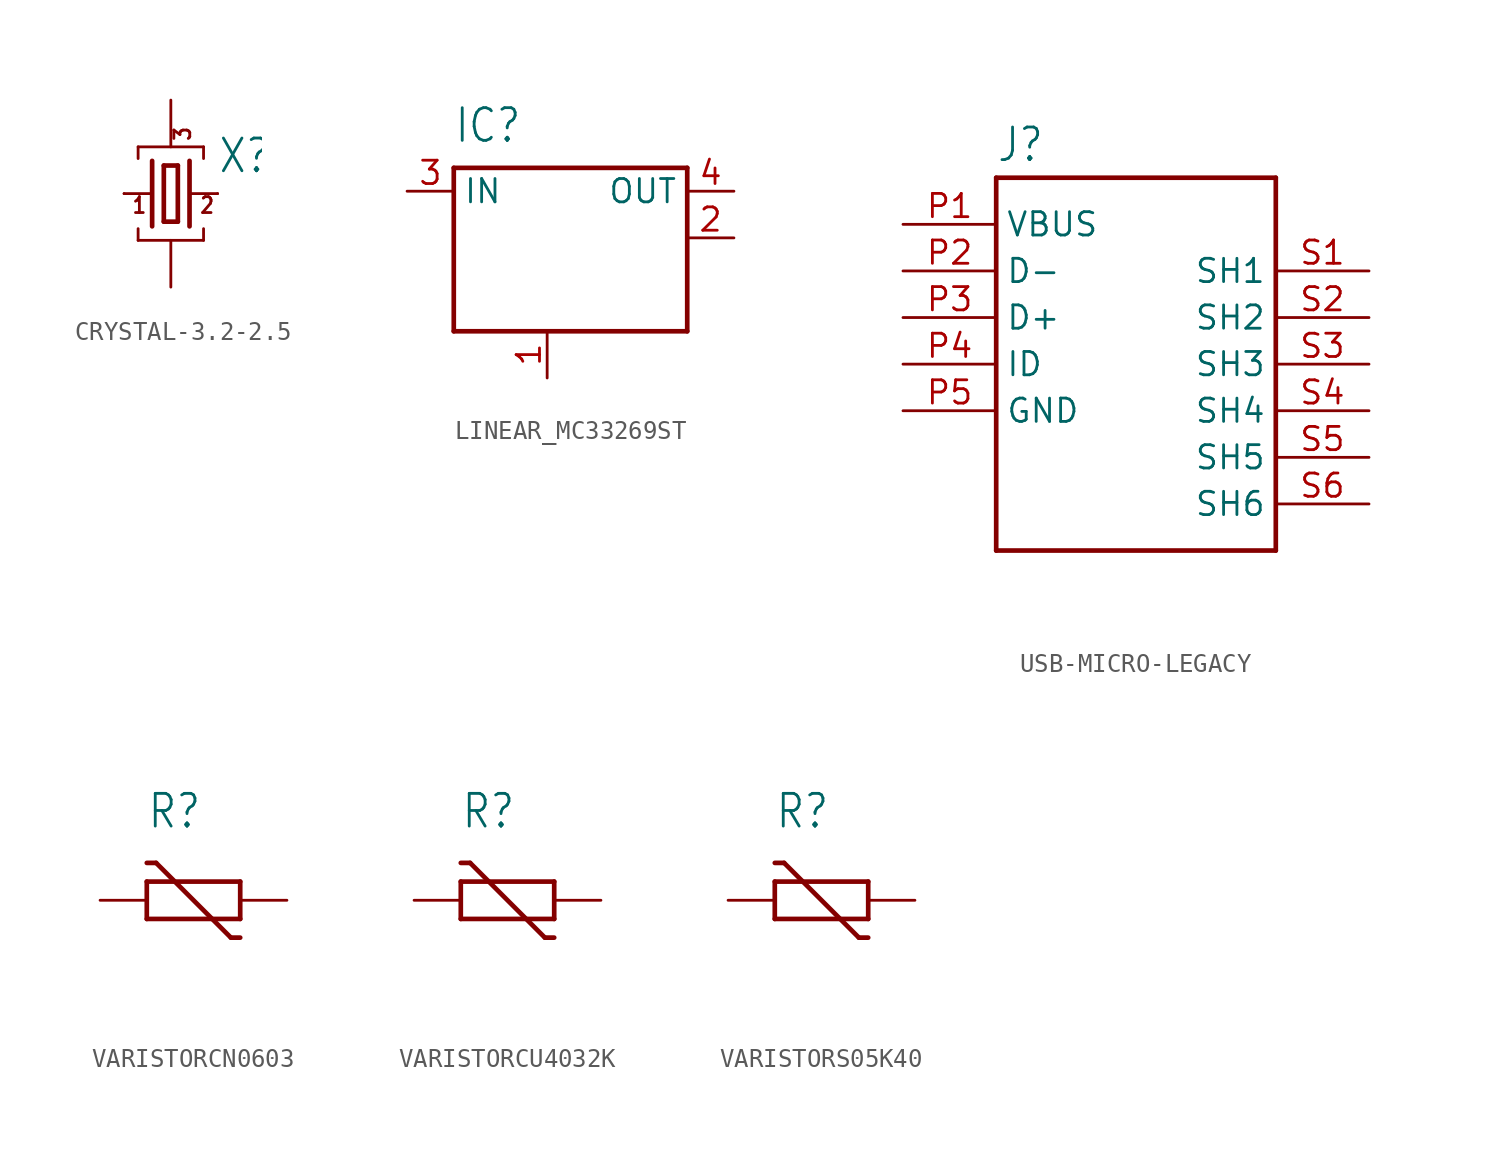
<source format=kicad_sym>
(kicad_symbol_lib
  (version 20220914)
  (generator kicad_symbol_editor)
  (symbol "CRYSTAL-3.2-2.5"
    (property "Reference" "X"
      (at 2.54 1.016 0)
      (effects (font (size 1.778 1.511)) (justify left bottom)))
    (property "Value" ""
      (at 2.54 -2.54 0)
      (effects (font (size 1.778 1.511)) (justify left bottom)))
    (property "ki_locked" ""
      (at 0 0 0)
      (effects (font (size 1.27 1.27))))
    (symbol "CRYSTAL-3.2-2.5_1_0"
      (polyline (pts (xy -2.54 0) (xy -1.016 0)) (stroke (width 0.152) (type solid)) (fill (type none)))
      (polyline (pts (xy -1.778 -2.54) (xy -1.778 -1.905)) (stroke (width 0.152) (type solid)) (fill (type none)))
      (polyline (pts (xy -1.778 -2.54) (xy 1.778 -2.54)) (stroke (width 0.152) (type solid)) (fill (type none)))
      (polyline (pts (xy -1.778 1.905) (xy -1.778 2.54)) (stroke (width 0.152) (type solid)) (fill (type none)))
      (polyline (pts (xy -1.778 2.54) (xy 1.778 2.54)) (stroke (width 0.152) (type solid)) (fill (type none)))
      (polyline (pts (xy -1.016 1.778) (xy -1.016 -1.778)) (stroke (width 0.254) (type solid)) (fill (type none)))
      (polyline (pts (xy -0.381 -1.524) (xy 0.381 -1.524)) (stroke (width 0.254) (type solid)) (fill (type none)))
      (polyline (pts (xy -0.381 1.524) (xy -0.381 -1.524)) (stroke (width 0.254) (type solid)) (fill (type none)))
      (polyline (pts (xy 0.381 -1.524) (xy 0.381 1.524)) (stroke (width 0.254) (type solid)) (fill (type none)))
      (polyline (pts (xy 0.381 1.524) (xy -0.381 1.524)) (stroke (width 0.254) (type solid)) (fill (type none)))
      (polyline (pts (xy 1.016 0) (xy 2.54 0)) (stroke (width 0.152) (type solid)) (fill (type none)))
      (polyline (pts (xy 1.016 1.778) (xy 1.016 -1.778)) (stroke (width 0.254) (type solid)) (fill (type none)))
      (polyline (pts (xy 1.778 -1.905) (xy 1.778 -2.54)) (stroke (width 0.152) (type solid)) (fill (type none)))
      (polyline (pts (xy 1.778 2.54) (xy 1.778 1.905)) (stroke (width 0.152) (type solid)) (fill (type none)))
      (text "1" (at -2.159 -1.143 0) (effects (font (size 0.864 0.734)) (justify left bottom)))
      (text "2" (at 1.524 -1.143 0) (effects (font (size 0.864 0.734)) (justify left bottom)))
      (text "3" (at 1.143 2.794 900) (effects (font (size 0.864 0.734)) (justify left bottom)))
      (pin passive line (at -2.54 0 0) (length 0) (name "C1" (effects (font (size 0 0)))) (number "1" (effects (font (size 0 0)))))
      (pin passive line (at 0 -5.08 90) (length 2.54) (name "GND@1" (effects (font (size 0 0)))) (number "2" (effects (font (size 0 0)))))
      (pin passive line (at 2.54 0 180) (length 0) (name "C2" (effects (font (size 0 0)))) (number "3" (effects (font (size 0 0)))))
      (pin passive line (at 0 5.08 270) (length 2.54) (name "GND@2" (effects (font (size 0 0)))) (number "4" (effects (font (size 0 0)))))))
  (symbol "LINEAR_MC33269ST"
    (property "Reference" "IC"
      (at -5.08 7.62 0)
      (effects (font (size 1.778 1.511)) (justify left bottom)))
    (property "Value" ""
      (at 3.81 -5.08 0)
      (effects (font (size 1.778 1.511)) (justify left bottom)))
    (property "ki_locked" ""
      (at 0 0 0)
      (effects (font (size 1.27 1.27))))
    (symbol "LINEAR_MC33269ST_1_0"
      (polyline (pts (xy -5.08 -2.54) (xy -5.08 6.35)) (stroke (width 0.254) (type solid)) (fill (type none)))
      (polyline (pts (xy -5.08 6.35) (xy 7.62 6.35)) (stroke (width 0.254) (type solid)) (fill (type none)))
      (polyline (pts (xy 7.62 -2.54) (xy -5.08 -2.54)) (stroke (width 0.254) (type solid)) (fill (type none)))
      (polyline (pts (xy 7.62 6.35) (xy 7.62 -2.54)) (stroke (width 0.254) (type solid)) (fill (type none)))
      (pin input line (at 0 -5.08 90) (length 2.54) (name "GND/ADJ" (effects (font (size 0 0)))) (number "1" (effects (font (size 1.27 1.27)))))
      (pin passive line (at 10.16 2.54 180) (length 2.54) (name "OUT@1" (effects (font (size 0 0)))) (number "2" (effects (font (size 1.27 1.27)))))
      (pin input line (at -7.62 5.08 0) (length 2.54) (name "IN" (effects (font (size 1.27 1.27)))) (number "3" (effects (font (size 1.27 1.27)))))
      (pin passive line (at 10.16 5.08 180) (length 2.54) (name "OUT" (effects (font (size 1.27 1.27)))) (number "4" (effects (font (size 1.27 1.27)))))))
  (symbol "USB-MICRO-LEGACY"
    (property "Reference" "J"
      (at -7.62 8.382 0)
      (effects (font (size 1.778 1.511)) (justify left bottom)))
    (property "Value" ""
      (at -7.62 -15.24 0)
      (effects (font (size 1.778 1.511)) (justify left bottom)))
    (property "ki_locked" ""
      (at 0 0 0)
      (effects (font (size 1.27 1.27))))
    (symbol "USB-MICRO-LEGACY_1_0"
      (polyline (pts (xy -7.62 -12.7) (xy 7.62 -12.7)) (stroke (width 0.254) (type solid)) (fill (type none)))
      (polyline (pts (xy -7.62 7.62) (xy -7.62 -12.7)) (stroke (width 0.254) (type solid)) (fill (type none)))
      (polyline (pts (xy 7.62 -12.7) (xy 7.62 7.62)) (stroke (width 0.254) (type solid)) (fill (type none)))
      (polyline (pts (xy 7.62 7.62) (xy -7.62 7.62)) (stroke (width 0.254) (type solid)) (fill (type none)))
      (pin power_in line (at -12.7 5.08 0) (length 5.08) (name "VBUS" (effects (font (size 1.27 1.27)))) (number "P1" (effects (font (size 1.27 1.27)))))
      (pin bidirectional line (at -12.7 2.54 0) (length 5.08) (name "D-" (effects (font (size 1.27 1.27)))) (number "P2" (effects (font (size 1.27 1.27)))))
      (pin bidirectional line (at -12.7 0 0) (length 5.08) (name "D+" (effects (font (size 1.27 1.27)))) (number "P3" (effects (font (size 1.27 1.27)))))
      (pin bidirectional line (at -12.7 -2.54 0) (length 5.08) (name "ID" (effects (font (size 1.27 1.27)))) (number "P4" (effects (font (size 1.27 1.27)))))
      (pin passive line (at -12.7 -5.08 0) (length 5.08) (name "GND" (effects (font (size 1.27 1.27)))) (number "P5" (effects (font (size 1.27 1.27)))))
      (pin passive line (at 12.7 2.54 180) (length 5.08) (name "SH1" (effects (font (size 1.27 1.27)))) (number "S1" (effects (font (size 1.27 1.27)))))
      (pin passive line (at 12.7 0 180) (length 5.08) (name "SH2" (effects (font (size 1.27 1.27)))) (number "S2" (effects (font (size 1.27 1.27)))))
      (pin passive line (at 12.7 -2.54 180) (length 5.08) (name "SH3" (effects (font (size 1.27 1.27)))) (number "S3" (effects (font (size 1.27 1.27)))))
      (pin passive line (at 12.7 -5.08 180) (length 5.08) (name "SH4" (effects (font (size 1.27 1.27)))) (number "S4" (effects (font (size 1.27 1.27)))))
      (pin passive line (at 12.7 -7.62 180) (length 5.08) (name "SH5" (effects (font (size 1.27 1.27)))) (number "S5" (effects (font (size 1.27 1.27)))))
      (pin passive line (at 12.7 -10.16 180) (length 5.08) (name "SH6" (effects (font (size 1.27 1.27)))) (number "S6" (effects (font (size 1.27 1.27)))))))
  (symbol "VARISTORCN0603"
    (property "Reference" "R"
      (at -2.54 3.81 0)
      (effects (font (size 1.778 1.511)) (justify left bottom)))
    (property "Value" ""
      (at -2.54 -6.35 0)
      (effects (font (size 1.778 1.511)) (justify left bottom)))
    (property "ki_locked" ""
      (at 0 0 0)
      (effects (font (size 1.27 1.27))))
    (symbol "VARISTORCN0603_1_0"
      (polyline (pts (xy -2.54 -1.016) (xy -2.54 1.016)) (stroke (width 0.254) (type solid)) (fill (type none)))
      (polyline (pts (xy -2.54 1.016) (xy 2.54 1.016)) (stroke (width 0.254) (type solid)) (fill (type none)))
      (polyline (pts (xy -2.032 2.032) (xy -2.54 2.032)) (stroke (width 0.254) (type solid)) (fill (type none)))
      (polyline (pts (xy 2.032 -2.032) (xy -2.032 2.032)) (stroke (width 0.254) (type solid)) (fill (type none)))
      (polyline (pts (xy 2.54 -2.032) (xy 2.032 -2.032)) (stroke (width 0.254) (type solid)) (fill (type none)))
      (polyline (pts (xy 2.54 -1.016) (xy -2.54 -1.016)) (stroke (width 0.254) (type solid)) (fill (type none)))
      (polyline (pts (xy 2.54 1.016) (xy 2.54 -1.016)) (stroke (width 0.254) (type solid)) (fill (type none)))
      (pin passive line (at 5.08 0 180) (length 2.54) (name "1" (effects (font (size 0 0)))) (number "1" (effects (font (size 0 0)))))
      (pin passive line (at -5.08 0 0) (length 2.54) (name "2" (effects (font (size 0 0)))) (number "2" (effects (font (size 0 0)))))))
  (symbol "VARISTORCU4032K"
    (property "Reference" "R"
      (at -2.54 3.81 0)
      (effects (font (size 1.778 1.511)) (justify left bottom)))
    (property "Value" ""
      (at -2.54 -6.35 0)
      (effects (font (size 1.778 1.511)) (justify left bottom)))
    (property "ki_locked" ""
      (at 0 0 0)
      (effects (font (size 1.27 1.27))))
    (symbol "VARISTORCU4032K_1_0"
      (polyline (pts (xy -2.54 -1.016) (xy -2.54 1.016)) (stroke (width 0.254) (type solid)) (fill (type none)))
      (polyline (pts (xy -2.54 1.016) (xy 2.54 1.016)) (stroke (width 0.254) (type solid)) (fill (type none)))
      (polyline (pts (xy -2.032 2.032) (xy -2.54 2.032)) (stroke (width 0.254) (type solid)) (fill (type none)))
      (polyline (pts (xy 2.032 -2.032) (xy -2.032 2.032)) (stroke (width 0.254) (type solid)) (fill (type none)))
      (polyline (pts (xy 2.54 -2.032) (xy 2.032 -2.032)) (stroke (width 0.254) (type solid)) (fill (type none)))
      (polyline (pts (xy 2.54 -1.016) (xy -2.54 -1.016)) (stroke (width 0.254) (type solid)) (fill (type none)))
      (polyline (pts (xy 2.54 1.016) (xy 2.54 -1.016)) (stroke (width 0.254) (type solid)) (fill (type none)))
      (pin passive line (at 5.08 0 180) (length 2.54) (name "1" (effects (font (size 0 0)))) (number "1" (effects (font (size 0 0)))))
      (pin passive line (at -5.08 0 0) (length 2.54) (name "2" (effects (font (size 0 0)))) (number "2" (effects (font (size 0 0)))))))
  (symbol "VARISTORS05K40"
    (property "Reference" "R"
      (at -2.54 3.81 0)
      (effects (font (size 1.778 1.511)) (justify left bottom)))
    (property "Value" ""
      (at -2.54 -6.35 0)
      (effects (font (size 1.778 1.511)) (justify left bottom)))
    (property "ki_locked" ""
      (at 0 0 0)
      (effects (font (size 1.27 1.27))))
    (symbol "VARISTORS05K40_1_0"
      (polyline (pts (xy -2.54 -1.016) (xy -2.54 1.016)) (stroke (width 0.254) (type solid)) (fill (type none)))
      (polyline (pts (xy -2.54 1.016) (xy 2.54 1.016)) (stroke (width 0.254) (type solid)) (fill (type none)))
      (polyline (pts (xy -2.032 2.032) (xy -2.54 2.032)) (stroke (width 0.254) (type solid)) (fill (type none)))
      (polyline (pts (xy 2.032 -2.032) (xy -2.032 2.032)) (stroke (width 0.254) (type solid)) (fill (type none)))
      (polyline (pts (xy 2.54 -2.032) (xy 2.032 -2.032)) (stroke (width 0.254) (type solid)) (fill (type none)))
      (polyline (pts (xy 2.54 -1.016) (xy -2.54 -1.016)) (stroke (width 0.254) (type solid)) (fill (type none)))
      (polyline (pts (xy 2.54 1.016) (xy 2.54 -1.016)) (stroke (width 0.254) (type solid)) (fill (type none)))
      (pin passive line (at 5.08 0 180) (length 2.54) (name "1" (effects (font (size 0 0)))) (number "1" (effects (font (size 0 0)))))
      (pin passive line (at -5.08 0 0) (length 2.54) (name "2" (effects (font (size 0 0)))) (number "2" (effects (font (size 0 0))))))))
</source>
